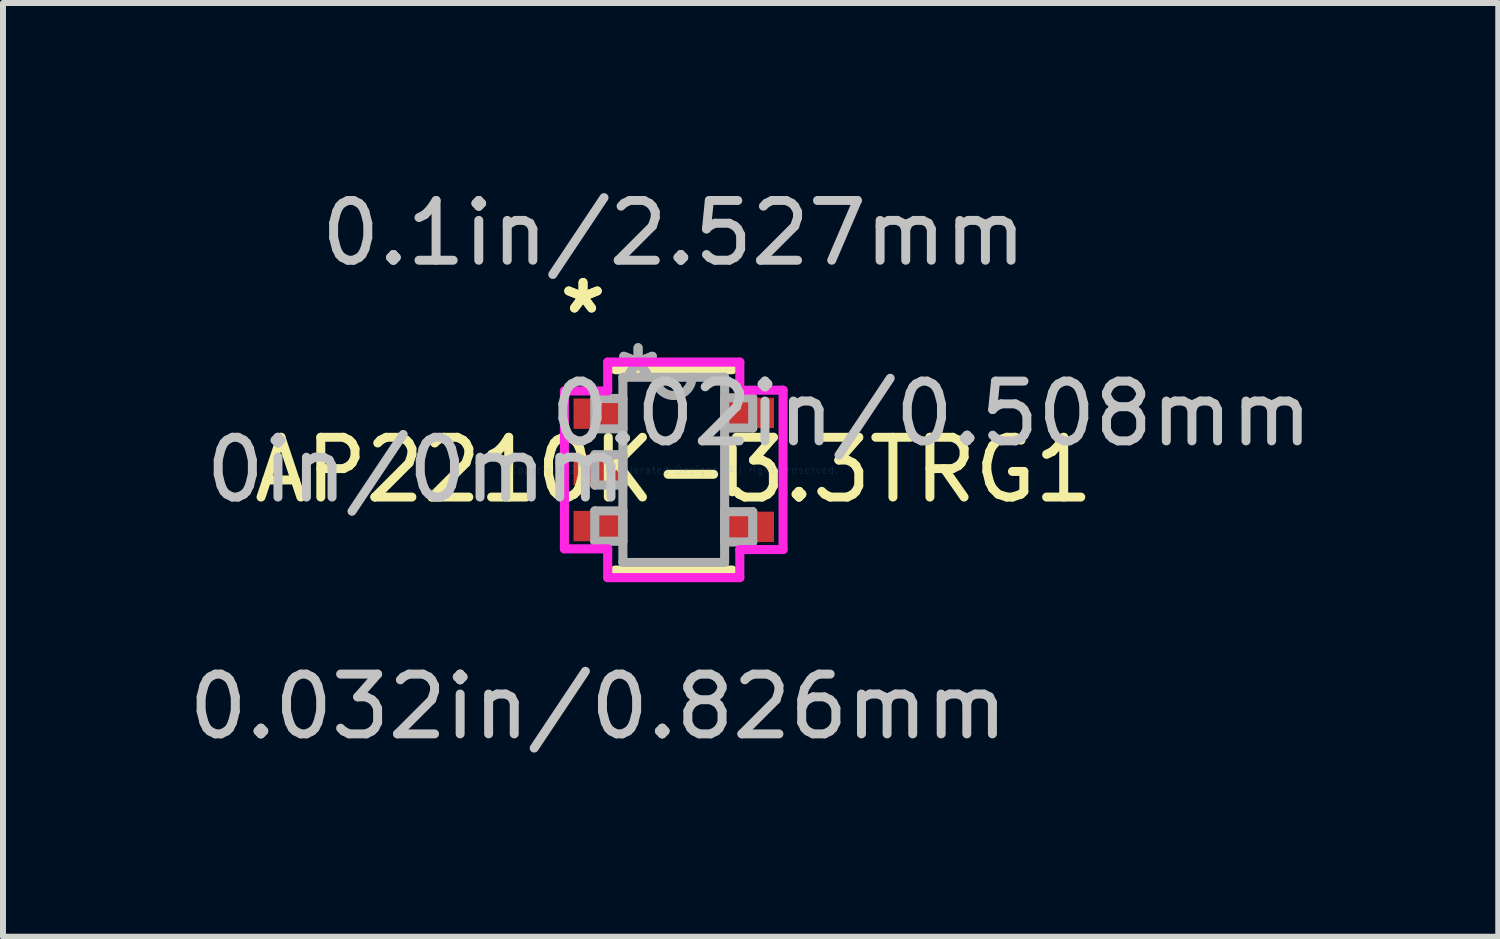
<source format=kicad_pcb>
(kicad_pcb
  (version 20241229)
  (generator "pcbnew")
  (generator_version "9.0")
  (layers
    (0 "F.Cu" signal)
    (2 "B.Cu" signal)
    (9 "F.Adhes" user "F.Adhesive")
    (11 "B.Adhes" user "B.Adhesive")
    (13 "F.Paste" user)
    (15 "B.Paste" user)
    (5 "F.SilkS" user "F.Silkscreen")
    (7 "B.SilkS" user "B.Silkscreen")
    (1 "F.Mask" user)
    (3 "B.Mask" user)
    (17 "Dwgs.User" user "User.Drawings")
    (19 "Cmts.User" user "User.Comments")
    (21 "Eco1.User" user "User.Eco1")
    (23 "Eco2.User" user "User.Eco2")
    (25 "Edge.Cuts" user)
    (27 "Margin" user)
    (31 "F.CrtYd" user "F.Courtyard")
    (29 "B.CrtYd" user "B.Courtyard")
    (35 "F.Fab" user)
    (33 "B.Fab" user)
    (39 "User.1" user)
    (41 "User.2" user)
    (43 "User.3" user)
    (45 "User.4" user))
  (footprint "AP2210K-3.3TRG1"
    (layer "F.Cu")
    (at 8.222 4.811)
    (property "Reference" "AP2210K-3.3TRG1" (at 0 0 0) (layer "F.SilkS") (effects (font (size 1 1) (thickness 0.15))))
    (attr through_hole)
    (fp_line (start -0.978 1.676) (end 0.978 1.676) (stroke (width 0.152) (type solid)) (layer "F.SilkS"))
    (fp_line (start 0.978 -1.676) (end -0.978 -1.676) (stroke (width 0.152) (type solid)) (layer "F.SilkS"))
    (fp_line (start 0.978 0.366) (end 0.978 -0.366) (stroke (width 0.152) (type solid)) (layer "F.SilkS"))
    (fp_line (start -1.829 -1.321) (end -1.105 -1.321) (stroke (width 0.152) (type solid)) (layer "F.CrtYd"))
    (fp_line (start -1.829 1.321) (end -1.829 -1.321) (stroke (width 0.152) (type solid)) (layer "F.CrtYd"))
    (fp_line (start -1.105 -1.803) (end 1.105 -1.803) (stroke (width 0.152) (type solid)) (layer "F.CrtYd"))
    (fp_line (start -1.105 -1.321) (end -1.105 -1.803) (stroke (width 0.152) (type solid)) (layer "F.CrtYd"))
    (fp_line (start -1.105 1.321) (end -1.829 1.321) (stroke (width 0.152) (type solid)) (layer "F.CrtYd"))
    (fp_line (start -1.105 1.803) (end -1.105 1.321) (stroke (width 0.152) (type solid)) (layer "F.CrtYd"))
    (fp_line (start 1.105 -1.803) (end 1.105 -1.333) (stroke (width 0.152) (type solid)) (layer "F.CrtYd"))
    (fp_line (start 1.105 -1.333) (end 1.829 -1.333) (stroke (width 0.152) (type solid)) (layer "F.CrtYd"))
    (fp_line (start 1.105 1.333) (end 1.105 1.803) (stroke (width 0.152) (type solid)) (layer "F.CrtYd"))
    (fp_line (start 1.105 1.803) (end -1.105 1.803) (stroke (width 0.152) (type solid)) (layer "F.CrtYd"))
    (fp_line (start 1.829 -1.333) (end 1.829 1.333) (stroke (width 0.152) (type solid)) (layer "F.CrtYd"))
    (fp_line (start 1.829 1.333) (end 1.105 1.333) (stroke (width 0.152) (type solid)) (layer "F.CrtYd"))
    (fp_line (start -1.321 -1.194) (end -1.321 -0.686) (stroke (width 0.152) (type solid)) (layer "F.Fab"))
    (fp_line (start -1.321 -0.686) (end -0.851 -0.686) (stroke (width 0.152) (type solid)) (layer "F.Fab"))
    (fp_line (start -1.321 -0.254) (end -1.321 0.254) (stroke (width 0.152) (type solid)) (layer "F.Fab"))
    (fp_line (start -1.321 0.254) (end -0.851 0.254) (stroke (width 0.152) (type solid)) (layer "F.Fab"))
    (fp_line (start -1.321 0.686) (end -1.321 1.194) (stroke (width 0.152) (type solid)) (layer "F.Fab"))
    (fp_line (start -1.321 1.194) (end -0.851 1.194) (stroke (width 0.152) (type solid)) (layer "F.Fab"))
    (fp_line (start -0.851 -1.549) (end -0.851 1.549) (stroke (width 0.152) (type solid)) (layer "F.Fab"))
    (fp_line (start -0.851 -1.194) (end -1.321 -1.194) (stroke (width 0.152) (type solid)) (layer "F.Fab"))
    (fp_line (start -0.851 -0.686) (end -0.851 -1.194) (stroke (width 0.152) (type solid)) (layer "F.Fab"))
    (fp_line (start -0.851 -0.254) (end -1.321 -0.254) (stroke (width 0.152) (type solid)) (layer "F.Fab"))
    (fp_line (start -0.851 0.254) (end -0.851 -0.254) (stroke (width 0.152) (type solid)) (layer "F.Fab"))
    (fp_line (start -0.851 0.686) (end -1.321 0.686) (stroke (width 0.152) (type solid)) (layer "F.Fab"))
    (fp_line (start -0.851 1.194) (end -0.851 0.686) (stroke (width 0.152) (type solid)) (layer "F.Fab"))
    (fp_line (start -0.851 1.549) (end 0.851 1.549) (stroke (width 0.152) (type solid)) (layer "F.Fab"))
    (fp_line (start 0.851 -1.549) (end -0.851 -1.549) (stroke (width 0.152) (type solid)) (layer "F.Fab"))
    (fp_line (start 0.851 -1.206) (end 0.851 -0.699) (stroke (width 0.152) (type solid)) (layer "F.Fab"))
    (fp_line (start 0.851 -0.699) (end 1.321 -0.699) (stroke (width 0.152) (type solid)) (layer "F.Fab"))
    (fp_line (start 0.851 0.699) (end 0.851 1.206) (stroke (width 0.152) (type solid)) (layer "F.Fab"))
    (fp_line (start 0.851 1.206) (end 1.321 1.206) (stroke (width 0.152) (type solid)) (layer "F.Fab"))
    (fp_line (start 0.851 1.549) (end 0.851 -1.549) (stroke (width 0.152) (type solid)) (layer "F.Fab"))
    (fp_line (start 1.321 -1.206) (end 0.851 -1.206) (stroke (width 0.152) (type solid)) (layer "F.Fab"))
    (fp_line (start 1.321 -0.699) (end 1.321 -1.206) (stroke (width 0.152) (type solid)) (layer "F.Fab"))
    (fp_line (start 1.321 0.699) (end 0.851 0.699) (stroke (width 0.152) (type solid)) (layer "F.Fab"))
    (fp_line (start 1.321 1.206) (end 1.321 0.699) (stroke (width 0.152) (type solid)) (layer "F.Fab"))
    (fp_arc (start 0.3048 -1.5494) (mid 0 -1.2446) (end -0.3048 -1.5494) (stroke (width 0.1524) (type solid)) (layer "F.Fab"))
    (fp_text user "*" (at -1.518 -2.591 0) (layer "F.SilkS") (effects (font (size 1 1) (thickness 0.15))))
    (fp_text user "*" (at -1.518 -2.591 0) (layer "F.SilkS") (effects (font (size 1 1) (thickness 0.15))))
    (fp_text user "0.1in/2.527mm" (at 0 -3.962 0) (layer "Dwgs.User") (effects (font (size 1 1) (thickness 0.15))))
    (fp_text user "0in/0mm" (at -4.312 0 0) (layer "Dwgs.User") (effects (font (size 1 1) (thickness 0.15))))
    (fp_text user "0.02in/0.508mm" (at 4.312 -0.94 0) (layer "Dwgs.User") (effects (font (size 1 1) (thickness 0.15))))
    (fp_text user "0.032in/0.826mm" (at -1.264 3.962 0) (layer "Dwgs.User") (effects (font (size 1 1) (thickness 0.15))))
    (fp_text user "Copyright 2016 Accelerated Designs. All rights reserved." (at 0 0 0) (layer "Cmts.User") (effects (font (size 0.127 0.127) (thickness 0.002))))
    (fp_text user "*" (at -0.597 -1.499 0) (layer "F.Fab") (effects (font (size 1 1) (thickness 0.15))))
    (fp_text user "*" (at -0.597 -1.499 0) (layer "F.Fab") (effects (font (size 1 1) (thickness 0.15))))
    (pad "1" smd rect (at -1.264 -0.94) (size 0.826 0.508) (layers "F.Cu" "F.Mask" "F.Paste"))
    (pad "2" smd rect (at -1.264 0) (size 0.826 0.508) (layers "F.Cu" "F.Mask" "F.Paste"))
    (pad "3" smd rect (at -1.264 0.94) (size 0.826 0.508) (layers "F.Cu" "F.Mask" "F.Paste"))
    (pad "4" smd rect (at 1.264 0.953) (size 0.826 0.508) (layers "F.Cu" "F.Mask" "F.Paste"))
    (pad "5" smd rect (at 1.264 -0.953) (size 0.826 0.508) (layers "F.Cu" "F.Mask" "F.Paste")))
  (gr_rect
    (start -3 -3)
    (end 22.016 12.621)
    (stroke (width 0.1) (type default))
    (fill no)
    (layer "Edge.Cuts")))
</source>
